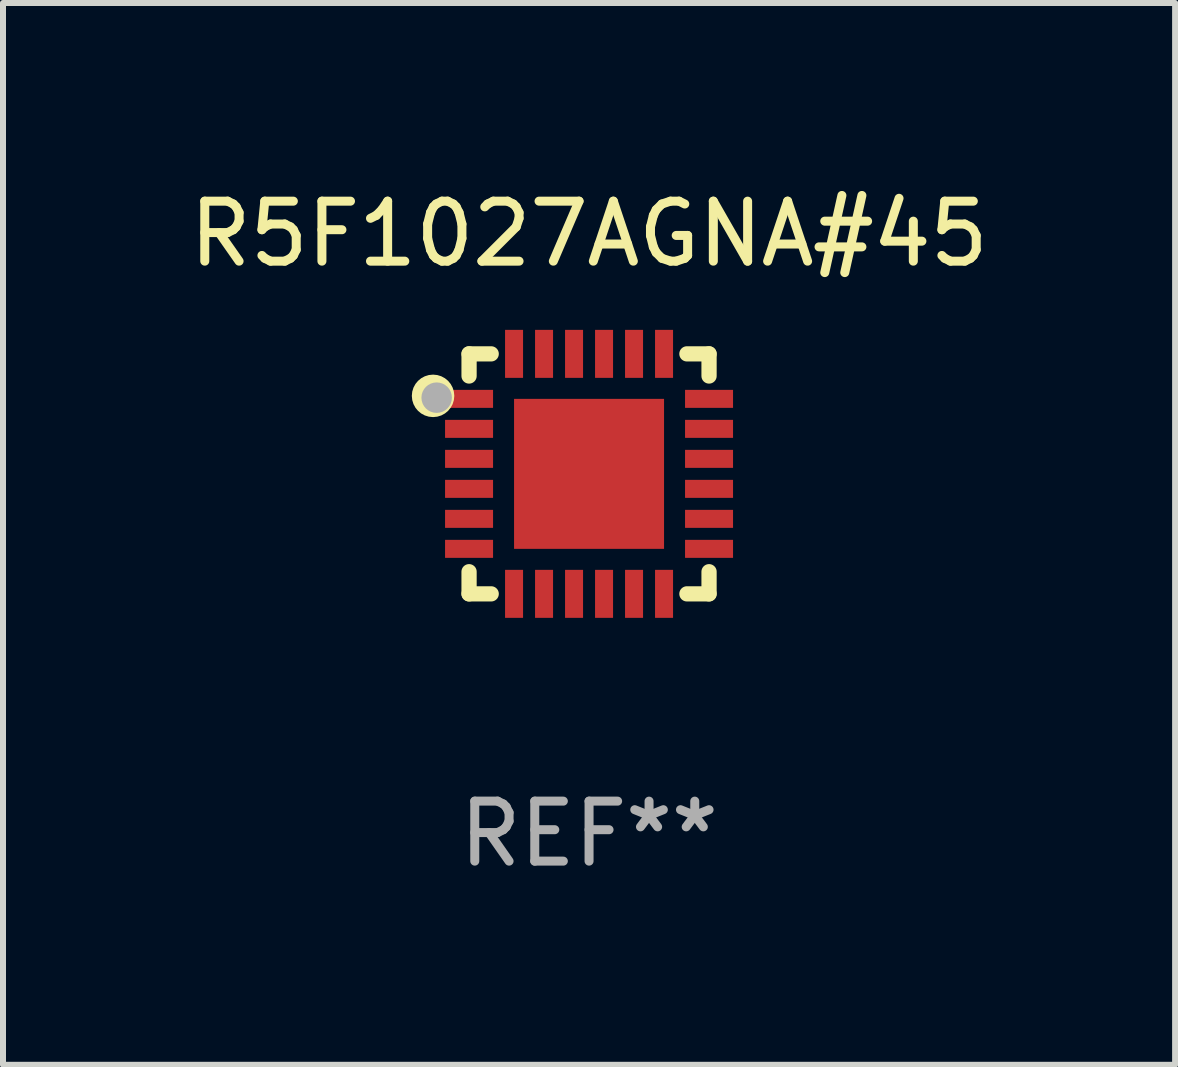
<source format=kicad_pcb>
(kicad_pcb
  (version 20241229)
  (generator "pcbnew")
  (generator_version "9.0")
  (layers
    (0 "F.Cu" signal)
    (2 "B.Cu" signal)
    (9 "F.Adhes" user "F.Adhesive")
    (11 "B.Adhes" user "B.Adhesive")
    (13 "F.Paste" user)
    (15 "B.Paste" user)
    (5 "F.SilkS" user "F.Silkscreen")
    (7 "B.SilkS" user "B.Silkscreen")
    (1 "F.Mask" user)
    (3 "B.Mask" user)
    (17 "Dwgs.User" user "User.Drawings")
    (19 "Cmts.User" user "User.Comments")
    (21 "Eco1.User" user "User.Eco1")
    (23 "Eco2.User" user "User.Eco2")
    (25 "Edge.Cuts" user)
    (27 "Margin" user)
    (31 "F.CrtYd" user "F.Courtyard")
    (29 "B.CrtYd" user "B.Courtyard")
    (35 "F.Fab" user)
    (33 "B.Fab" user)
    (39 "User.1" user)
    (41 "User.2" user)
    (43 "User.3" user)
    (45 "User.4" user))
  (footprint "R5F1027AGNA#45"
    (layer "F.Cu")
    (at 6.768 4.848)
    (property "Reference" "R5F1027AGNA#45" (at 0 -4 0) (layer "F.SilkS") (effects (font (size 1 1) (thickness 0.15))))
    (attr through_hole)
    (fp_line (start -2 -2) (end -1.631 -2) (stroke (width 0.254) (type solid)) (layer "F.SilkS"))
    (fp_line (start -2 -1.631) (end -2 -2) (stroke (width 0.254) (type solid)) (layer "F.SilkS"))
    (fp_line (start -2 2) (end -2 1.631) (stroke (width 0.254) (type solid)) (layer "F.SilkS"))
    (fp_line (start -1.631 2) (end -2 2) (stroke (width 0.254) (type solid)) (layer "F.SilkS"))
    (fp_line (start 1.631 -2) (end 2 -2) (stroke (width 0.254) (type solid)) (layer "F.SilkS"))
    (fp_line (start 2 -2) (end 2 -1.631) (stroke (width 0.254) (type solid)) (layer "F.SilkS"))
    (fp_line (start 2 1.631) (end 2 2) (stroke (width 0.254) (type solid)) (layer "F.SilkS"))
    (fp_line (start 2 2) (end 1.631 2) (stroke (width 0.254) (type solid)) (layer "F.SilkS"))
    (fp_circle (center -2.6 -1.3) (end -2.5 -1.3) (stroke (width 0.254) (type solid)) (fill no) (layer "F.SilkS"))
    (fp_circle (center -1.95 -1.95) (end -1.9 -1.95) (stroke (width 0.1) (type solid)) (fill no) (layer "F.SilkS"))
    (fp_circle (center -2.54 -1.27) (end -2.413 -1.27) (stroke (width 0.254) (type solid)) (fill no) (layer "F.Fab"))
    (fp_text user "REF**" (at 0 6 0) (layer "F.Fab") (effects (font (size 1 1) (thickness 0.15))))
    (pad "1" smd rect (at -2 -1.25) (size 0.8 0.3) (layers "F.Cu" "F.Mask" "F.Paste"))
    (pad "2" smd rect (at -2 -0.75) (size 0.8 0.3) (layers "F.Cu" "F.Mask" "F.Paste"))
    (pad "3" smd rect (at -2 -0.25) (size 0.8 0.3) (layers "F.Cu" "F.Mask" "F.Paste"))
    (pad "4" smd rect (at -2 0.25) (size 0.8 0.3) (layers "F.Cu" "F.Mask" "F.Paste"))
    (pad "5" smd rect (at -2 0.75) (size 0.8 0.3) (layers "F.Cu" "F.Mask" "F.Paste"))
    (pad "6" smd rect (at -2 1.25) (size 0.8 0.3) (layers "F.Cu" "F.Mask" "F.Paste"))
    (pad "7" smd rect (at -1.25 2) (size 0.3 0.8) (layers "F.Cu" "F.Mask" "F.Paste"))
    (pad "8" smd rect (at -0.75 2) (size 0.3 0.8) (layers "F.Cu" "F.Mask" "F.Paste"))
    (pad "9" smd rect (at -0.25 2) (size 0.3 0.8) (layers "F.Cu" "F.Mask" "F.Paste"))
    (pad "10" smd rect (at 0.25 2) (size 0.3 0.8) (layers "F.Cu" "F.Mask" "F.Paste"))
    (pad "11" smd rect (at 0.75 2) (size 0.3 0.8) (layers "F.Cu" "F.Mask" "F.Paste"))
    (pad "12" smd rect (at 1.25 2) (size 0.3 0.8) (layers "F.Cu" "F.Mask" "F.Paste"))
    (pad "13" smd rect (at 2 1.25) (size 0.8 0.3) (layers "F.Cu" "F.Mask" "F.Paste"))
    (pad "14" smd rect (at 2 0.75) (size 0.8 0.3) (layers "F.Cu" "F.Mask" "F.Paste"))
    (pad "15" smd rect (at 2 0.25) (size 0.8 0.3) (layers "F.Cu" "F.Mask" "F.Paste"))
    (pad "16" smd rect (at 2 -0.25) (size 0.8 0.3) (layers "F.Cu" "F.Mask" "F.Paste"))
    (pad "17" smd rect (at 2 -0.75) (size 0.8 0.3) (layers "F.Cu" "F.Mask" "F.Paste"))
    (pad "18" smd rect (at 2 -1.25) (size 0.8 0.3) (layers "F.Cu" "F.Mask" "F.Paste"))
    (pad "19" smd rect (at 1.25 -2) (size 0.3 0.8) (layers "F.Cu" "F.Mask" "F.Paste"))
    (pad "20" smd rect (at 0.75 -2) (size 0.3 0.8) (layers "F.Cu" "F.Mask" "F.Paste"))
    (pad "21" smd rect (at 0.25 -2) (size 0.3 0.8) (layers "F.Cu" "F.Mask" "F.Paste"))
    (pad "22" smd rect (at -0.25 -2) (size 0.3 0.8) (layers "F.Cu" "F.Mask" "F.Paste"))
    (pad "23" smd rect (at -0.75 -2) (size 0.3 0.8) (layers "F.Cu" "F.Mask" "F.Paste"))
    (pad "24" smd rect (at -1.25 -2) (size 0.3 0.8) (layers "F.Cu" "F.Mask" "F.Paste"))
    (pad "25" smd rect (at 0 0) (size 2.5 2.5) (layers "F.Cu" "F.Mask" "F.Paste")))
  (gr_rect
    (start -3 -3)
    (end 16.536 14.697)
    (stroke (width 0.1) (type default))
    (fill no)
    (layer "Edge.Cuts")))
</source>
